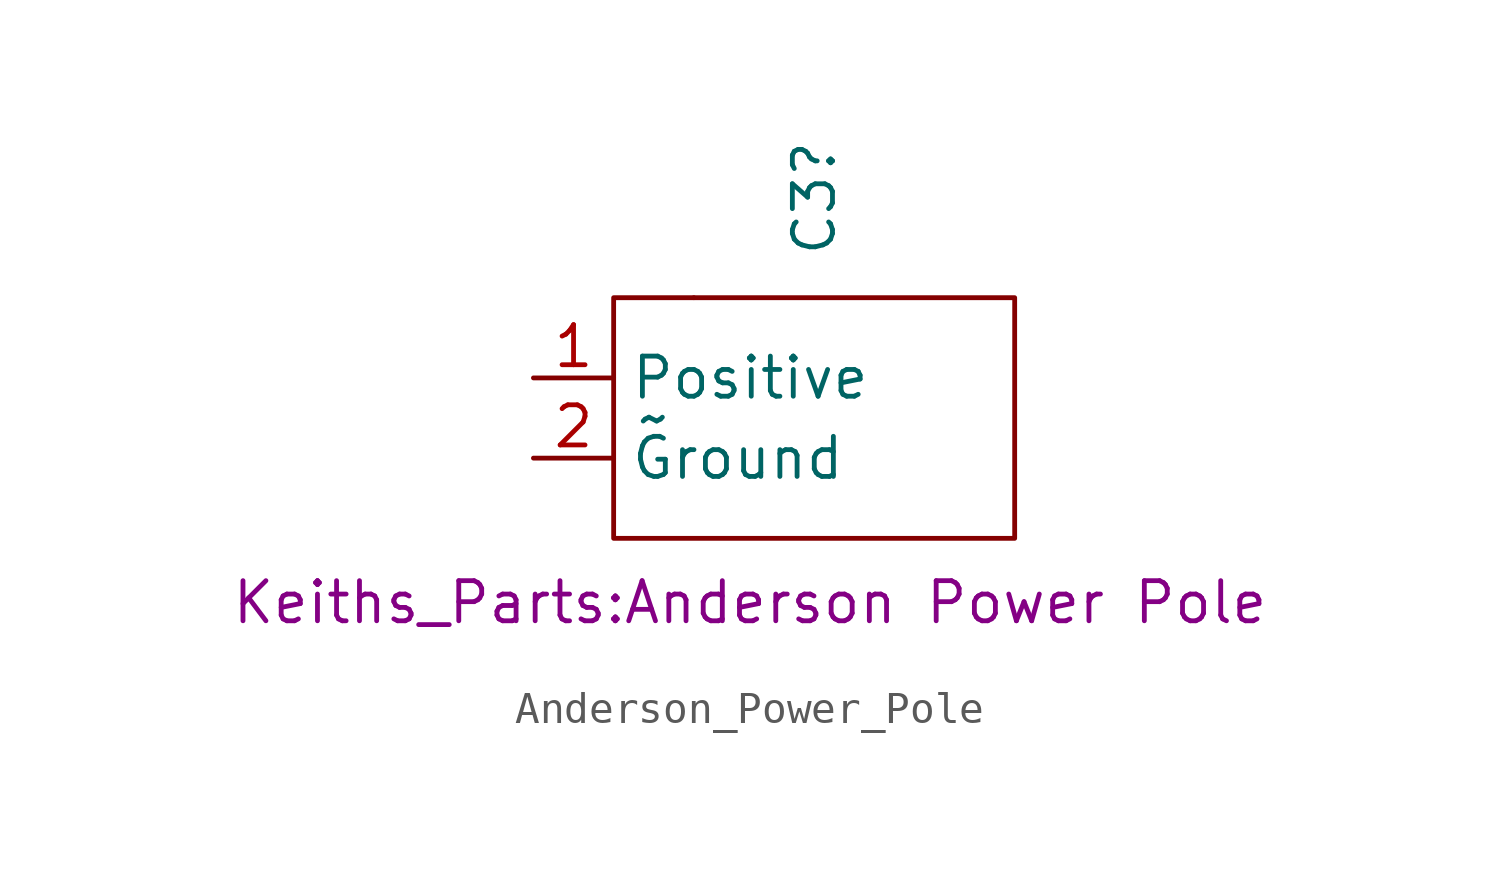
<source format=kicad_sym>
(kicad_symbol_lib
  (version 20231120)
  (generator "kicad_symbol_editor")
  (generator_version "8.0")
  (symbol "Anderson_Power_Pole"
    (property "Reference" "C3"
      (at 5.08 5.08 90)
      (effects (font (size 1.27 1.27)) (justify left)))
    (property "Value" "~"
      (at 0 0 0)
      (effects (font (size 1.27 1.27))))
    (property "Footprint" "Keiths_Parts:Anderson Power Pole"
      (at 3.048 -5.842 0)
      (effects (font (size 1.27 1.27))))
    (symbol "Anderson_Power_Pole_0_1"
      (rectangle (start -1.27 3.81) (end 11.43 -3.81) (stroke (width 0) (type default)) (fill (type none)))
      (rectangle (start 1.27 3.81) (end 1.27 3.81) (stroke (width 0) (type default)) (fill (type none))))
    (symbol "Anderson_Power_Pole_1_1"
      (pin power_in line (at -3.81 1.27 0) (length 2.54) (name "Positive" (effects (font (size 1.27 1.27)))) (number "1" (effects (font (size 1.27 1.27)))))
      (pin power_in line (at -3.81 -1.27 0) (length 2.54) (name "Ground" (effects (font (size 1.27 1.27)))) (number "2" (effects (font (size 1.27 1.27))))))))
</source>
